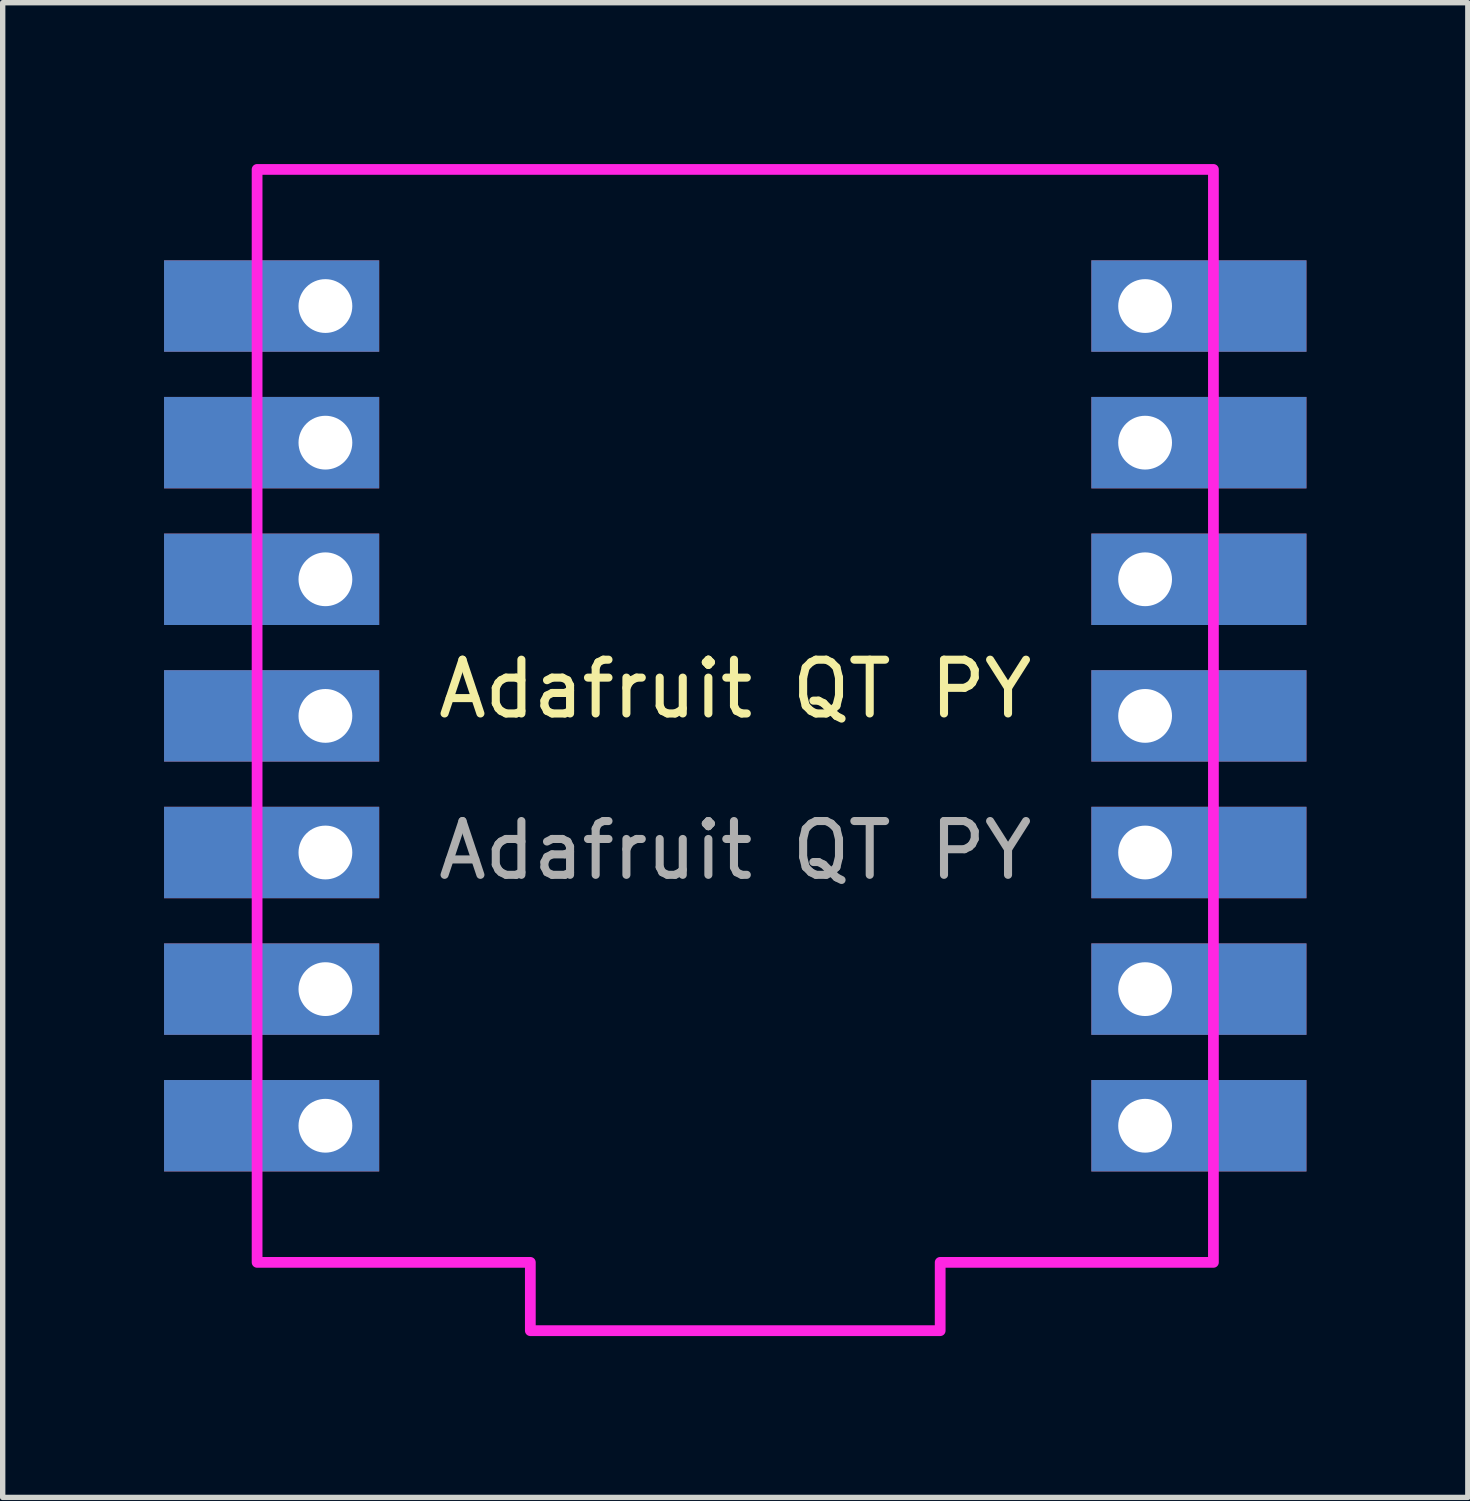
<source format=kicad_pcb>
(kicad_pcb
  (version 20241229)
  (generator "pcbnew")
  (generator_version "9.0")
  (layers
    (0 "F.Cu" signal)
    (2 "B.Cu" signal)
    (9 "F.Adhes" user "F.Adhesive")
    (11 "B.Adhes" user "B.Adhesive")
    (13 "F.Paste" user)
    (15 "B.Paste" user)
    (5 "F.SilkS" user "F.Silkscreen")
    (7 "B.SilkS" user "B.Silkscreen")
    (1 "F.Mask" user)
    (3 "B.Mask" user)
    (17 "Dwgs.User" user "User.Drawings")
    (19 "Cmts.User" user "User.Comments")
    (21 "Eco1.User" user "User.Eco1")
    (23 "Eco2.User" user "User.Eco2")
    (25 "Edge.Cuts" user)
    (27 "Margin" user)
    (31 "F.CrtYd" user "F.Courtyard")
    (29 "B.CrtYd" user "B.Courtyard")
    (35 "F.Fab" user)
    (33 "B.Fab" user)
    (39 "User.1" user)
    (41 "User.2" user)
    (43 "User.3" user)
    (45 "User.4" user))
  (footprint "Adafruit QT PY"
    (layer "F.Cu")
    (at 10.62 10.26)
    (property "Reference" "Adafruit QT PY" (at 0 -0.5 0) (unlocked yes) (layer "F.SilkS") (effects (font (size 1 1) (thickness 0.15))))
    (attr smd)
    (fp_poly (pts (xy 8.89 10.16) (xy 3.81 10.16) (xy 3.81 11.43) (xy -3.81 11.43) (xy -3.81 10.16) (xy -8.89 10.16) (xy -8.89 -10.16) (xy 8.89 -10.16)) (stroke (width 0.2) (type solid)) (fill no) (layer "F.CrtYd"))
    (fp_text user "${REFERENCE}" (at 0 2.5 0) (unlocked yes) (layer "F.Fab") (effects (font (size 1 1) (thickness 0.15))))
    (pad "1" thru_hole rect (at -7.62 -7.62) (size 4 1.7) (drill 1 (offset -1 0)) (layers "*.Cu" "*.Mask"))
    (pad "2" thru_hole rect (at -7.62 -5.08) (size 4 1.7) (drill 1 (offset -1 0)) (layers "*.Cu" "*.Mask"))
    (pad "3" thru_hole rect (at -7.62 -2.54) (size 4 1.7) (drill 1 (offset -1 0)) (layers "*.Cu" "*.Mask"))
    (pad "4" thru_hole rect (at -7.62 0) (size 4 1.7) (drill 1 (offset -1 0)) (layers "*.Cu" "*.Mask"))
    (pad "5" thru_hole rect (at -7.62 2.54) (size 4 1.7) (drill 1 (offset -1 0)) (layers "*.Cu" "*.Mask"))
    (pad "6" thru_hole rect (at -7.62 5.08) (size 4 1.7) (drill 1 (offset -1 0)) (layers "*.Cu" "*.Mask"))
    (pad "7" thru_hole rect (at -7.62 7.62) (size 4 1.7) (drill 1 (offset -1 0)) (layers "*.Cu" "*.Mask"))
    (pad "8" thru_hole rect (at 7.62 -7.62 180) (size 4 1.7) (drill 1 (offset -1 0)) (layers "*.Cu" "*.Mask"))
    (pad "9" thru_hole rect (at 7.62 -5.08 180) (size 4 1.7) (drill 1 (offset -1 0)) (layers "*.Cu" "*.Mask"))
    (pad "10" thru_hole rect (at 7.62 -2.54 180) (size 4 1.7) (drill 1 (offset -1 0)) (layers "*.Cu" "*.Mask"))
    (pad "11" thru_hole rect (at 7.62 0 180) (size 4 1.7) (drill 1 (offset -1 0)) (layers "*.Cu" "*.Mask"))
    (pad "12" thru_hole rect (at 7.62 2.54 180) (size 4 1.7) (drill 1 (offset -1 0)) (layers "*.Cu" "*.Mask"))
    (pad "13" thru_hole rect (at 7.62 5.08 180) (size 4 1.7) (drill 1 (offset -1 0)) (layers "*.Cu" "*.Mask"))
    (pad "14" thru_hole rect (at 7.62 7.62 180) (size 4 1.7) (drill 1 (offset -1 0)) (layers "*.Cu" "*.Mask")))
  (gr_rect
    (start -3 -3)
    (end 24.24 24.79)
    (stroke (width 0.1) (type default))
    (fill no)
    (layer "Edge.Cuts")))
</source>
